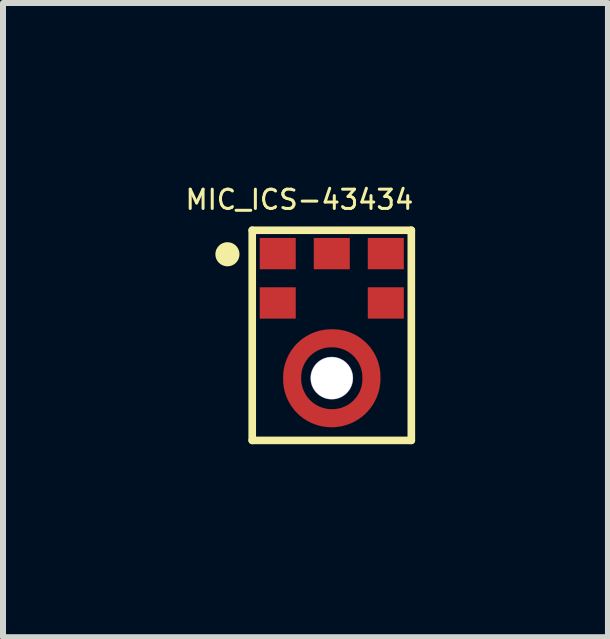
<source format=kicad_pcb>
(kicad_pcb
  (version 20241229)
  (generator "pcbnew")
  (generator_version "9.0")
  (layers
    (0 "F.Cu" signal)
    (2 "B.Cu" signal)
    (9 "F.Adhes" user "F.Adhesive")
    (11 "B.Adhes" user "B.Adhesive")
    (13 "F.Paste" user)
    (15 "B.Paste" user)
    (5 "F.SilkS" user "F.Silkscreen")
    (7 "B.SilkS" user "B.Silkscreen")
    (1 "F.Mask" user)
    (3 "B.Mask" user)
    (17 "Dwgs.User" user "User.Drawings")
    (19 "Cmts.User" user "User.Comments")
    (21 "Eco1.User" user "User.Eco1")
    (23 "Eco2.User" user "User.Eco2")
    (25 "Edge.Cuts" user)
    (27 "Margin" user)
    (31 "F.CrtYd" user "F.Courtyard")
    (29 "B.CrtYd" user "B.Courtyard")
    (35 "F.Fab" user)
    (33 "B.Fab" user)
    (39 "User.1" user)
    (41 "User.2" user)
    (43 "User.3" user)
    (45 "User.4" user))
  (footprint "MIC_ICS-43434"
    (layer "F.Cu")
    (at 2.476 2.535)
    (property "Reference" "MIC_ICS-43434" (at -0.539 -2.259 0) (layer "F.SilkS") (effects (font (size 0.321 0.321) (thickness 0.05))))
    (attr smd)
    (fp_poly (pts (xy 0.01 -0.102) (xy 0.01 0.198) (xy -0.023 0.2) (xy -0.049 0.201) (xy -0.075 0.204) (xy -0.101 0.208) (xy -0.127 0.214) (xy -0.152 0.22) (xy -0.177 0.229) (xy -0.201 0.238) (xy -0.225 0.249) (xy -0.249 0.26) (xy -0.271 0.274) (xy -0.293 0.288) (xy -0.314 0.303) (xy -0.335 0.32) (xy -0.354 0.337) (xy -0.373 0.356) (xy -0.39 0.375) (xy -0.407 0.396) (xy -0.422 0.417) (xy -0.436 0.439) (xy -0.45 0.461) (xy -0.461 0.485) (xy -0.472 0.509) (xy -0.481 0.533) (xy -0.49 0.558) (xy -0.496 0.583) (xy -0.502 0.609) (xy -0.506 0.635) (xy -0.509 0.661) (xy -0.51 0.687) (xy -0.51 0.7) (xy -0.51 0.72) (xy -0.51 0.733) (xy -0.509 0.76) (xy -0.506 0.787) (xy -0.502 0.813) (xy -0.496 0.839) (xy -0.489 0.865) (xy -0.481 0.89) (xy -0.471 0.915) (xy -0.46 0.94) (xy -0.448 0.963) (xy -0.435 0.987) (xy -0.42 1.009) (xy -0.405 1.031) (xy -0.388 1.051) (xy -0.37 1.071) (xy -0.351 1.09) (xy -0.331 1.108) (xy -0.311 1.125) (xy -0.289 1.14) (xy -0.267 1.155) (xy -0.243 1.168) (xy -0.22 1.18) (xy -0.195 1.191) (xy -0.17 1.201) (xy -0.145 1.209) (xy -0.119 1.216) (xy -0.093 1.222) (xy -0.067 1.226) (xy -0.04 1.229) (xy -0.013 1.23) (xy 0 1.23) (xy 0.01 1.23) (xy 0.023 1.23) (xy 0.049 1.229) (xy 0.075 1.226) (xy 0.101 1.222) (xy 0.127 1.216) (xy 0.152 1.21) (xy 0.177 1.201) (xy 0.201 1.192) (xy 0.225 1.181) (xy 0.249 1.17) (xy 0.271 1.156) (xy 0.293 1.142) (xy 0.314 1.127) (xy 0.335 1.11) (xy 0.354 1.093) (xy 0.373 1.074) (xy 0.39 1.055) (xy 0.407 1.034) (xy 0.422 1.013) (xy 0.436 0.991) (xy 0.45 0.969) (xy 0.461 0.945) (xy 0.472 0.921) (xy 0.481 0.897) (xy 0.49 0.872) (xy 0.496 0.847) (xy 0.502 0.821) (xy 0.506 0.795) (xy 0.509 0.769) (xy 0.51 0.743) (xy 0.51 0.73) (xy 0.51 0.7) (xy 0.51 0.687) (xy 0.509 0.661) (xy 0.506 0.635) (xy 0.502 0.609) (xy 0.496 0.583) (xy 0.49 0.558) (xy 0.481 0.533) (xy 0.472 0.509) (xy 0.461 0.485) (xy 0.45 0.461) (xy 0.436 0.439) (xy 0.422 0.417) (xy 0.407 0.396) (xy 0.39 0.375) (xy 0.373 0.356) (xy 0.354 0.337) (xy 0.335 0.32) (xy 0.314 0.303) (xy 0.293 0.288) (xy 0.271 0.274) (xy 0.249 0.26) (xy 0.225 0.249) (xy 0.201 0.238) (xy 0.177 0.229) (xy 0.152 0.22) (xy 0.127 0.214) (xy 0.101 0.208) (xy 0.075 0.204) (xy 0.049 0.201) (xy 0.023 0.2) (xy 0.01 0.2) (xy 0.01 -0.1) (xy 0.02 -0.1) (xy 0.041 -0.1) (xy 0.082 -0.098) (xy 0.123 -0.094) (xy 0.164 -0.087) (xy 0.204 -0.078) (xy 0.244 -0.068) (xy 0.284 -0.055) (xy 0.322 -0.04) (xy 0.36 -0.023) (xy 0.397 -0.005) (xy 0.433 0.016) (xy 0.468 0.039) (xy 0.501 0.063) (xy 0.533 0.089) (xy 0.564 0.117) (xy 0.593 0.146) (xy 0.621 0.177) (xy 0.647 0.209) (xy 0.671 0.242) (xy 0.694 0.277) (xy 0.715 0.313) (xy 0.733 0.35) (xy 0.75 0.388) (xy 0.765 0.426) (xy 0.778 0.466) (xy 0.788 0.506) (xy 0.797 0.546) (xy 0.804 0.587) (xy 0.808 0.628) (xy 0.81 0.669) (xy 0.81 0.69) (xy 0.81 0.72) (xy 0.81 0.741) (xy 0.808 0.784) (xy 0.803 0.826) (xy 0.797 0.868) (xy 0.788 0.909) (xy 0.777 0.95) (xy 0.764 0.99) (xy 0.749 1.03) (xy 0.731 1.069) (xy 0.712 1.107) (xy 0.691 1.143) (xy 0.668 1.179) (xy 0.643 1.213) (xy 0.616 1.246) (xy 0.588 1.278) (xy 0.558 1.308) (xy 0.526 1.336) (xy 0.493 1.363) (xy 0.459 1.388) (xy 0.423 1.411) (xy 0.387 1.432) (xy 0.349 1.451) (xy 0.31 1.469) (xy 0.27 1.484) (xy 0.23 1.497) (xy 0.189 1.508) (xy 0.148 1.517) (xy 0.106 1.523) (xy 0.064 1.528) (xy 0.021 1.53) (xy 0 1.53) (xy -0.01 1.53) (xy -0.031 1.53) (xy -0.073 1.528) (xy -0.114 1.523) (xy -0.156 1.517) (xy -0.197 1.508) (xy -0.237 1.497) (xy -0.277 1.484) (xy -0.316 1.469) (xy -0.355 1.452) (xy -0.392 1.433) (xy -0.428 1.412) (xy -0.463 1.39) (xy -0.497 1.365) (xy -0.53 1.339) (xy -0.561 1.31) (xy -0.59 1.281) (xy -0.619 1.25) (xy -0.645 1.217) (xy -0.67 1.183) (xy -0.692 1.148) (xy -0.713 1.112) (xy -0.732 1.075) (xy -0.749 1.036) (xy -0.764 0.997) (xy -0.777 0.957) (xy -0.788 0.917) (xy -0.797 0.876) (xy -0.803 0.834) (xy -0.808 0.793) (xy -0.81 0.751) (xy -0.81 0.73) (xy -0.81 0.7) (xy -0.81 0.679) (xy -0.808 0.637) (xy -0.803 0.596) (xy -0.797 0.554) (xy -0.788 0.513) (xy -0.777 0.473) (xy -0.764 0.433) (xy -0.749 0.394) (xy -0.732 0.355) (xy -0.713 0.318) (xy -0.692 0.282) (xy -0.67 0.247) (xy -0.645 0.213) (xy -0.619 0.18) (xy -0.591 0.149) (xy -0.561 0.12) (xy -0.53 0.091) (xy -0.497 0.065) (xy -0.463 0.04) (xy -0.428 0.018) (xy -0.392 -0.003) (xy -0.355 -0.022) (xy -0.316 -0.039) (xy -0.277 -0.054) (xy -0.237 -0.067) (xy -0.197 -0.078) (xy -0.156 -0.087) (xy -0.114 -0.093) (xy -0.073 -0.098) (xy -0.031 -0.1)) (stroke (width 0.001) (type solid)) (fill yes) (layer "F.Cu"))
    (fp_circle (center 0 0.713) (end 0.665 0.713) (stroke (width 0.5) (type solid)) (fill no) (layer "F.Mask"))
    (fp_line (start -1.325 -1.75) (end -1.325 1.75) (stroke (width 0.127) (type solid)) (layer "F.SilkS"))
    (fp_line (start -1.325 1.75) (end 1.325 1.75) (stroke (width 0.127) (type solid)) (layer "F.SilkS"))
    (fp_line (start 1.325 -1.75) (end -1.325 -1.75) (stroke (width 0.127) (type solid)) (layer "F.SilkS"))
    (fp_line (start 1.325 1.75) (end 1.325 -1.75) (stroke (width 0.127) (type solid)) (layer "F.SilkS"))
    (fp_circle (center -1.738 -1.35) (end -1.637 -1.35) (stroke (width 0.2) (type solid)) (fill no) (layer "F.SilkS"))
    (fp_poly (pts (xy -0.65 -1.572) (xy -0.65 -1.15) (xy -1.15 -1.15) (xy -1.15 -1.572)) (stroke (width 0.001) (type solid)) (fill yes) (layer "F.Paste"))
    (fp_poly (pts (xy -0.65 -0.75) (xy -0.65 -0.328) (xy -1.15 -0.328) (xy -1.15 -0.75)) (stroke (width 0.001) (type solid)) (fill yes) (layer "F.Paste"))
    (fp_poly (pts (xy 0.25 -1.572) (xy 0.25 -1.15) (xy -0.25 -1.15) (xy -0.25 -1.572)) (stroke (width 0.001) (type solid)) (fill yes) (layer "F.Paste"))
    (fp_poly (pts (xy 1.15 -1.572) (xy 1.15 -1.15) (xy 0.65 -1.15) (xy 0.65 -1.572)) (stroke (width 0.001) (type solid)) (fill yes) (layer "F.Paste"))
    (fp_poly (pts (xy 1.15 -0.75) (xy 1.15 -0.328) (xy 0.65 -0.328) (xy 0.65 -0.75)) (stroke (width 0.001) (type solid)) (fill yes) (layer "F.Paste"))
    (fp_poly (pts (xy -0.51 0.663) (xy -0.509 0.654) (xy -0.506 0.63) (xy -0.502 0.607) (xy -0.496 0.584) (xy -0.49 0.561) (xy -0.483 0.538) (xy -0.474 0.516) (xy -0.465 0.495) (xy -0.454 0.473) (xy -0.443 0.453) (xy -0.43 0.432) (xy -0.417 0.413) (xy -0.403 0.394) (xy -0.387 0.376) (xy -0.371 0.358) (xy -0.355 0.342) (xy -0.337 0.326) (xy -0.319 0.31) (xy -0.3 0.296) (xy -0.281 0.283) (xy -0.26 0.27) (xy -0.24 0.259) (xy -0.218 0.248) (xy -0.197 0.239) (xy -0.175 0.23) (xy -0.152 0.223) (xy -0.129 0.217) (xy -0.106 0.211) (xy -0.083 0.207) (xy -0.059 0.204) (xy -0.05 0.203) (xy -0.05 -0.097) (xy -0.069 -0.096) (xy -0.108 -0.092) (xy -0.147 -0.086) (xy -0.185 -0.078) (xy -0.224 -0.069) (xy -0.261 -0.057) (xy -0.298 -0.044) (xy -0.334 -0.029) (xy -0.37 -0.012) (xy -0.404 0.007) (xy -0.438 0.027) (xy -0.471 0.049) (xy -0.502 0.072) (xy -0.533 0.097) (xy -0.562 0.123) (xy -0.59 0.151) (xy -0.616 0.18) (xy -0.641 0.211) (xy -0.664 0.242) (xy -0.686 0.275) (xy -0.706 0.309) (xy -0.725 0.343) (xy -0.742 0.379) (xy -0.757 0.415) (xy -0.77 0.452) (xy -0.782 0.489) (xy -0.791 0.528) (xy -0.799 0.566) (xy -0.805 0.605) (xy -0.809 0.644) (xy -0.81 0.663)) (stroke (width 0.001) (type solid)) (fill yes) (layer "F.Paste"))
    (fp_poly (pts (xy -0.05 1.223) (xy -0.059 1.222) (xy -0.083 1.219) (xy -0.106 1.215) (xy -0.129 1.209) (xy -0.152 1.203) (xy -0.175 1.196) (xy -0.197 1.187) (xy -0.218 1.178) (xy -0.24 1.167) (xy -0.26 1.156) (xy -0.281 1.143) (xy -0.3 1.13) (xy -0.319 1.116) (xy -0.337 1.1) (xy -0.355 1.084) (xy -0.371 1.068) (xy -0.387 1.05) (xy -0.403 1.032) (xy -0.417 1.013) (xy -0.43 0.994) (xy -0.443 0.973) (xy -0.454 0.953) (xy -0.465 0.931) (xy -0.474 0.91) (xy -0.483 0.888) (xy -0.49 0.865) (xy -0.496 0.842) (xy -0.502 0.819) (xy -0.506 0.796) (xy -0.509 0.772) (xy -0.51 0.763) (xy -0.81 0.763) (xy -0.809 0.782) (xy -0.805 0.821) (xy -0.799 0.86) (xy -0.791 0.898) (xy -0.782 0.937) (xy -0.77 0.974) (xy -0.757 1.011) (xy -0.742 1.047) (xy -0.725 1.083) (xy -0.706 1.117) (xy -0.686 1.151) (xy -0.664 1.184) (xy -0.641 1.215) (xy -0.616 1.246) (xy -0.59 1.275) (xy -0.562 1.303) (xy -0.533 1.329) (xy -0.502 1.354) (xy -0.471 1.377) (xy -0.438 1.399) (xy -0.404 1.419) (xy -0.37 1.438) (xy -0.334 1.455) (xy -0.298 1.47) (xy -0.261 1.483) (xy -0.224 1.495) (xy -0.185 1.504) (xy -0.147 1.512) (xy -0.108 1.518) (xy -0.069 1.522) (xy -0.05 1.523)) (stroke (width 0.001) (type solid)) (fill yes) (layer "F.Paste"))
    (fp_poly (pts (xy 0.05 0.203) (xy 0.059 0.204) (xy 0.083 0.207) (xy 0.106 0.211) (xy 0.129 0.217) (xy 0.152 0.223) (xy 0.175 0.23) (xy 0.197 0.239) (xy 0.218 0.248) (xy 0.24 0.259) (xy 0.26 0.27) (xy 0.281 0.283) (xy 0.3 0.296) (xy 0.319 0.31) (xy 0.337 0.326) (xy 0.355 0.342) (xy 0.371 0.358) (xy 0.387 0.376) (xy 0.403 0.394) (xy 0.417 0.413) (xy 0.43 0.432) (xy 0.443 0.453) (xy 0.454 0.473) (xy 0.465 0.495) (xy 0.474 0.516) (xy 0.483 0.538) (xy 0.49 0.561) (xy 0.496 0.584) (xy 0.502 0.607) (xy 0.506 0.63) (xy 0.509 0.654) (xy 0.51 0.663) (xy 0.81 0.663) (xy 0.809 0.644) (xy 0.805 0.605) (xy 0.799 0.566) (xy 0.791 0.528) (xy 0.782 0.489) (xy 0.77 0.452) (xy 0.757 0.415) (xy 0.742 0.379) (xy 0.725 0.343) (xy 0.706 0.309) (xy 0.686 0.275) (xy 0.664 0.242) (xy 0.641 0.211) (xy 0.616 0.18) (xy 0.59 0.151) (xy 0.562 0.123) (xy 0.533 0.097) (xy 0.502 0.072) (xy 0.471 0.049) (xy 0.438 0.027) (xy 0.404 0.007) (xy 0.37 -0.012) (xy 0.334 -0.029) (xy 0.298 -0.044) (xy 0.261 -0.057) (xy 0.224 -0.069) (xy 0.185 -0.078) (xy 0.147 -0.086) (xy 0.108 -0.092) (xy 0.069 -0.096) (xy 0.05 -0.097)) (stroke (width 0.001) (type solid)) (fill yes) (layer "F.Paste"))
    (fp_poly (pts (xy 0.51 0.763) (xy 0.509 0.772) (xy 0.506 0.796) (xy 0.502 0.819) (xy 0.496 0.842) (xy 0.49 0.865) (xy 0.483 0.888) (xy 0.474 0.91) (xy 0.465 0.931) (xy 0.454 0.953) (xy 0.443 0.973) (xy 0.43 0.994) (xy 0.417 1.013) (xy 0.403 1.032) (xy 0.387 1.05) (xy 0.371 1.068) (xy 0.355 1.084) (xy 0.337 1.1) (xy 0.319 1.116) (xy 0.3 1.13) (xy 0.281 1.143) (xy 0.26 1.156) (xy 0.24 1.167) (xy 0.218 1.178) (xy 0.197 1.187) (xy 0.175 1.196) (xy 0.152 1.203) (xy 0.129 1.209) (xy 0.106 1.215) (xy 0.083 1.219) (xy 0.059 1.222) (xy 0.05 1.223) (xy 0.05 1.523) (xy 0.069 1.522) (xy 0.108 1.518) (xy 0.147 1.512) (xy 0.185 1.504) (xy 0.224 1.495) (xy 0.261 1.483) (xy 0.298 1.47) (xy 0.334 1.455) (xy 0.37 1.438) (xy 0.404 1.419) (xy 0.438 1.399) (xy 0.471 1.377) (xy 0.502 1.354) (xy 0.533 1.329) (xy 0.562 1.303) (xy 0.59 1.275) (xy 0.616 1.246) (xy 0.641 1.215) (xy 0.664 1.184) (xy 0.686 1.151) (xy 0.706 1.117) (xy 0.725 1.083) (xy 0.742 1.047) (xy 0.757 1.011) (xy 0.77 0.974) (xy 0.782 0.937) (xy 0.791 0.898) (xy 0.799 0.86) (xy 0.805 0.821) (xy 0.809 0.782) (xy 0.81 0.763)) (stroke (width 0.001) (type solid)) (fill yes) (layer "F.Paste"))
    (fp_line (start -1.575 -2) (end 1.575 -2) (stroke (width 0.05) (type solid)) (layer "Eco1.User"))
    (fp_line (start -1.575 2.003) (end -1.575 -2) (stroke (width 0.05) (type solid)) (layer "Eco1.User"))
    (fp_line (start 1.575 -2) (end 1.575 2.003) (stroke (width 0.05) (type solid)) (layer "Eco1.User"))
    (fp_line (start 1.575 2.003) (end -1.575 2.003) (stroke (width 0.05) (type solid)) (layer "Eco1.User"))
    (fp_line (start -1.325 -1.747) (end 1.325 -1.747) (stroke (width 0.127) (type solid)) (layer "Eco2.User"))
    (fp_line (start -1.325 1.753) (end -1.325 -1.747) (stroke (width 0.127) (type solid)) (layer "Eco2.User"))
    (fp_line (start 1.325 -1.747) (end 1.325 1.753) (stroke (width 0.127) (type solid)) (layer "Eco2.User"))
    (fp_line (start 1.325 1.753) (end -1.325 1.753) (stroke (width 0.127) (type solid)) (layer "Eco2.User"))
    (pad "" np_thru_hole circle (at 0 0.713) (size 0.71 0.71) (drill 0.7) (layers "*.Cu" "*.Mask"))
    (pad "1" smd rect (at -0.9 -1.361) (size 0.6 0.522) (layers "F.Cu" "F.Mask" "F.Paste"))
    (pad "2" smd rect (at -0.9 -0.539) (size 0.6 0.522) (layers "F.Cu" "F.Mask" "F.Paste"))
    (pad "3" smd rect (at -0.015 1.383) (size 0.1 0.1) (layers "F.Cu" "F.Mask" "F.Paste"))
    (pad "4" smd rect (at 0.9 -0.539) (size 0.6 0.522) (layers "F.Cu" "F.Mask" "F.Paste"))
    (pad "5" smd rect (at 0.9 -1.361) (size 0.6 0.522) (layers "F.Cu" "F.Mask" "F.Paste"))
    (pad "6" smd rect (at 0 -1.361) (size 0.6 0.522) (layers "F.Cu" "F.Mask" "F.Paste")))
  (gr_rect
    (start -3 -3)
    (end 7.076 7.563)
    (stroke (width 0.1) (type default))
    (fill no)
    (layer "Edge.Cuts")))
</source>
